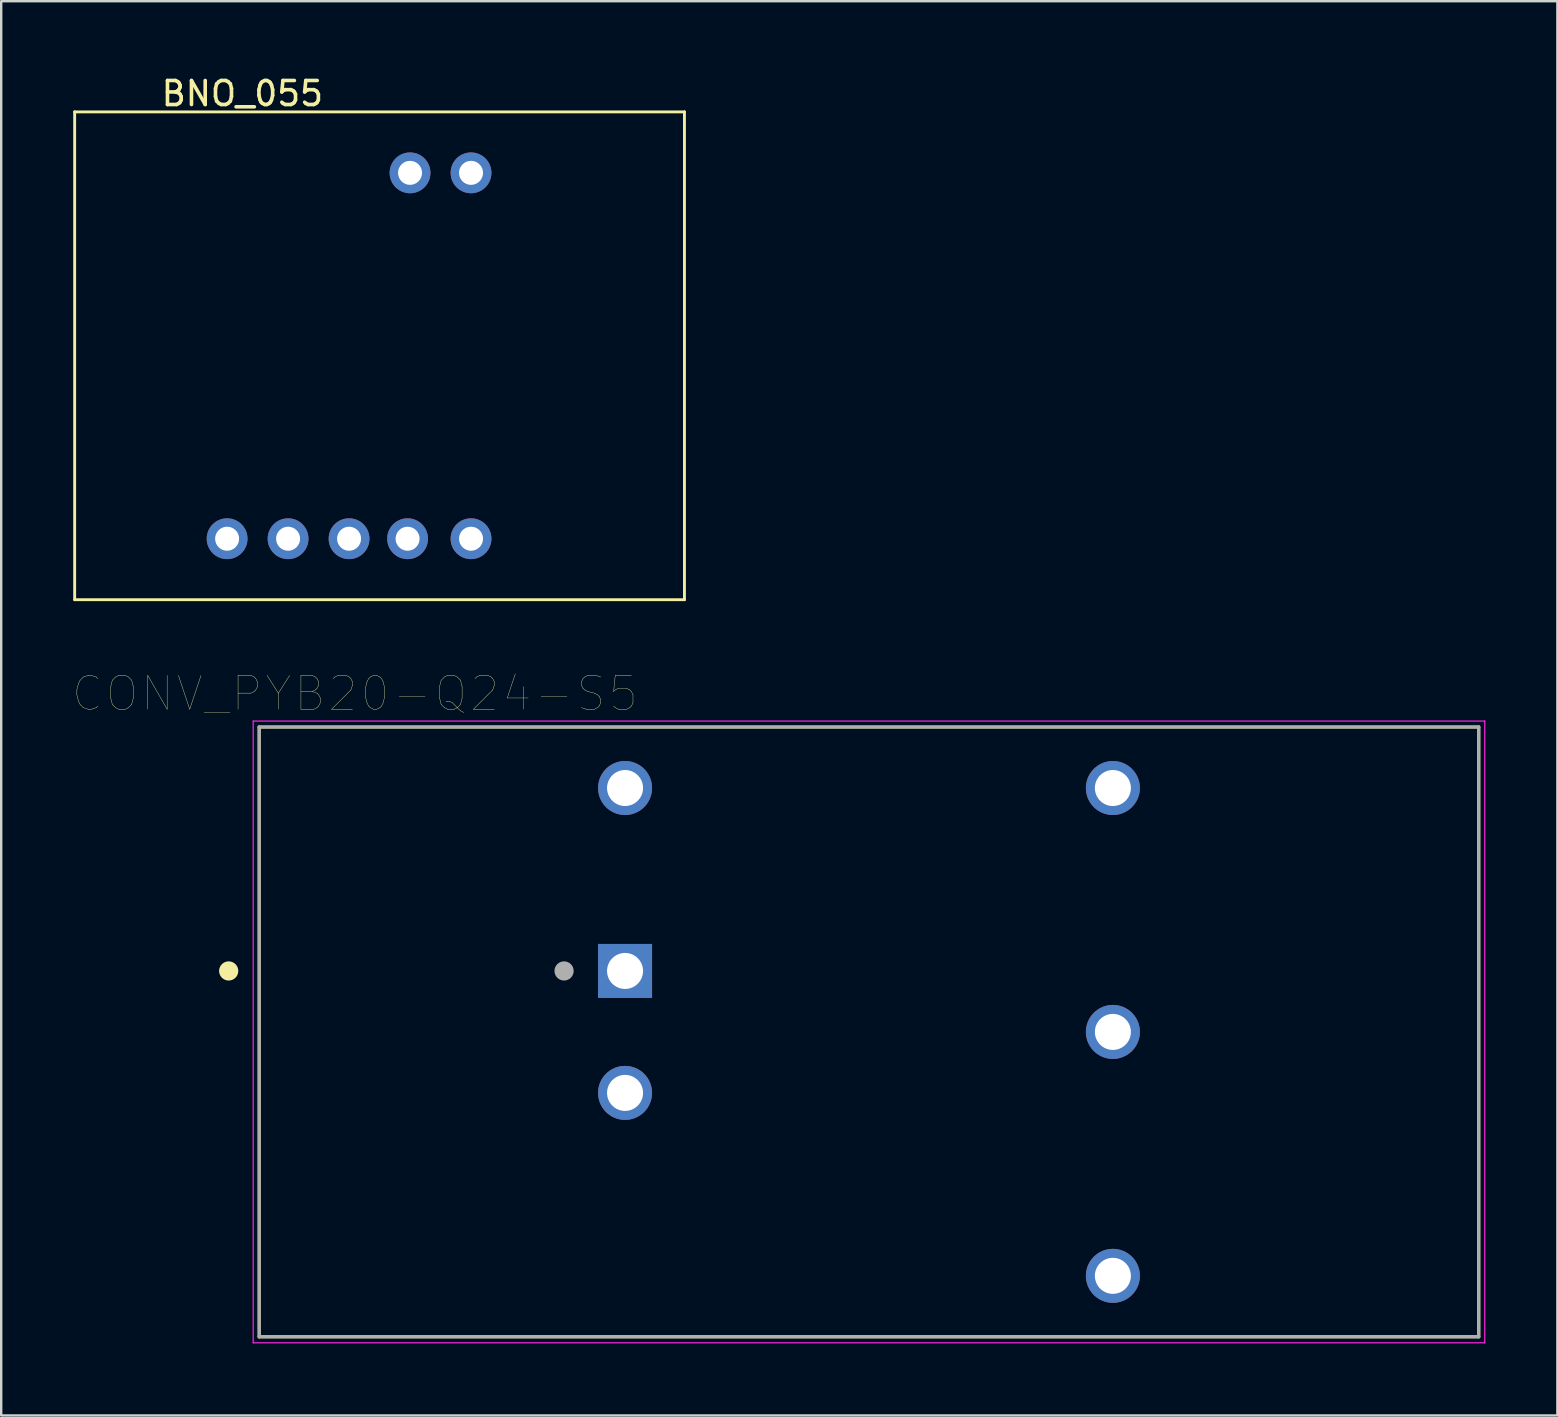
<source format=kicad_pcb>
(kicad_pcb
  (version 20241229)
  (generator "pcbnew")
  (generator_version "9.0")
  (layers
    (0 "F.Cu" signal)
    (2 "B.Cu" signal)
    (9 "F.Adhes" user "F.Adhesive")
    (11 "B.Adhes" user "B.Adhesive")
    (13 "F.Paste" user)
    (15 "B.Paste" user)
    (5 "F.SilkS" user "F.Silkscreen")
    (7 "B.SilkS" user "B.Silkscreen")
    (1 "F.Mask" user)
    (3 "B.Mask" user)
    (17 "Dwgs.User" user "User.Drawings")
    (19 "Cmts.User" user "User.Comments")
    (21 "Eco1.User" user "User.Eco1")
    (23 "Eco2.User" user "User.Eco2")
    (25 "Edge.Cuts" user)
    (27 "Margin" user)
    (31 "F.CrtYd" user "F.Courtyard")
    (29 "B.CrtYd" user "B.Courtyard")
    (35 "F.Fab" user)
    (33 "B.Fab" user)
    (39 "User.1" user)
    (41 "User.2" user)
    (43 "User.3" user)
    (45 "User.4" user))
  (footprint "BNO_055"
    (layer "F.Cu")
    (at 14.03 4.15)
    (property "Reference" "BNO_055" (at -6.985 -3.302 0) (layer "F.SilkS") (effects (font (size 1 1) (thickness 0.15))))
    (attr through_hole)
    (fp_line (start -13.97 -2.54) (end -13.97 17.78) (stroke (width 0.12) (type solid)) (layer "F.SilkS"))
    (fp_line (start -13.97 -2.54) (end 11.43 -2.54) (stroke (width 0.12) (type solid)) (layer "F.SilkS"))
    (fp_line (start -13.97 17.78) (end 11.43 17.78) (stroke (width 0.12) (type solid)) (layer "F.SilkS"))
    (fp_line (start 11.43 17.78) (end 11.43 -2.54) (stroke (width 0.12) (type solid)) (layer "F.SilkS"))
    (pad "1" thru_hole circle (at -7.62 15.24) (size 1.7 1.7) (drill 1) (layers "*.Cu" "*.Mask"))
    (pad "2" thru_hole circle (at -5.08 15.24) (size 1.7 1.7) (drill 1) (layers "*.Cu" "*.Mask"))
    (pad "3" thru_hole circle (at -2.54 15.24) (size 1.7 1.7) (drill 1) (layers "*.Cu" "*.Mask"))
    (pad "4" thru_hole circle (at -0.102 15.24) (size 1.7 1.7) (drill 1) (layers "*.Cu" "*.Mask"))
    (pad "5" thru_hole circle (at 2.54 15.24) (size 1.7 1.7) (drill 1) (layers "*.Cu" "*.Mask"))
    (pad "6" thru_hole circle (at 2.54 0) (size 1.7 1.7) (drill 1) (layers "*.Cu" "*.Mask"))
    (pad "7" thru_hole circle (at 0 0) (size 1.7 1.7) (drill 1) (layers "*.Cu" "*.Mask")))
  (footprint "CONV_PYB20-Q24-S5"
    (layer "F.Cu")
    (at 33.146 39.934)
    (property "Reference" "CONV_PYB20-Q24-S5" (at -21.412 -14.092 0) (layer "F.SilkS") (effects (font (size 1.41 1.41) (thickness 0.015))))
    (attr through_hole)
    (fp_line (start -25.4 -12.7) (end 25.4 -12.7) (stroke (width 0.127) (type solid)) (layer "F.SilkS"))
    (fp_line (start -25.4 12.7) (end -25.4 -12.7) (stroke (width 0.127) (type solid)) (layer "F.SilkS"))
    (fp_line (start 25.4 -12.7) (end 25.4 12.7) (stroke (width 0.127) (type solid)) (layer "F.SilkS"))
    (fp_line (start 25.4 12.7) (end -25.4 12.7) (stroke (width 0.127) (type solid)) (layer "F.SilkS"))
    (fp_circle (center -26.67 -2.54) (end -26.47 -2.54) (stroke (width 0.4) (type solid)) (fill no) (layer "F.SilkS"))
    (fp_line (start -25.65 -12.95) (end 25.65 -12.95) (stroke (width 0.05) (type solid)) (layer "F.CrtYd"))
    (fp_line (start -25.65 12.95) (end -25.65 -12.95) (stroke (width 0.05) (type solid)) (layer "F.CrtYd"))
    (fp_line (start 25.65 -12.95) (end 25.65 12.95) (stroke (width 0.05) (type solid)) (layer "F.CrtYd"))
    (fp_line (start 25.65 12.95) (end -25.65 12.95) (stroke (width 0.05) (type solid)) (layer "F.CrtYd"))
    (fp_line (start -25.4 -12.7) (end 25.4 -12.7) (stroke (width 0.127) (type solid)) (layer "F.Fab"))
    (fp_line (start -25.4 12.7) (end -25.4 -12.7) (stroke (width 0.127) (type solid)) (layer "F.Fab"))
    (fp_line (start 25.4 -12.7) (end 25.4 12.7) (stroke (width 0.127) (type solid)) (layer "F.Fab"))
    (fp_line (start 25.4 12.7) (end -25.4 12.7) (stroke (width 0.127) (type solid)) (layer "F.Fab"))
    (fp_circle (center -12.7 -2.54) (end -12.5 -2.54) (stroke (width 0.4) (type solid)) (fill no) (layer "F.Fab"))
    (pad "1" thru_hole rect (at -10.16 -2.54) (size 2.25 2.25) (drill 1.5) (layers "*.Cu" "*.Mask"))
    (pad "2" thru_hole circle (at -10.16 2.54) (size 2.25 2.25) (drill 1.5) (layers "*.Cu" "*.Mask"))
    (pad "3" thru_hole circle (at 10.16 10.16) (size 2.25 2.25) (drill 1.5) (layers "*.Cu" "*.Mask"))
    (pad "4" thru_hole circle (at 10.16 0) (size 2.25 2.25) (drill 1.5) (layers "*.Cu" "*.Mask"))
    (pad "5" thru_hole circle (at 10.16 -10.16) (size 2.25 2.25) (drill 1.5) (layers "*.Cu" "*.Mask"))
    (pad "6" thru_hole circle (at -10.16 -10.16) (size 2.25 2.25) (drill 1.5) (layers "*.Cu" "*.Mask")))
  (gr_rect
    (start -3 -3)
    (end 61.821 55.909)
    (stroke (width 0.1) (type default))
    (fill no)
    (layer "Edge.Cuts")))
</source>
